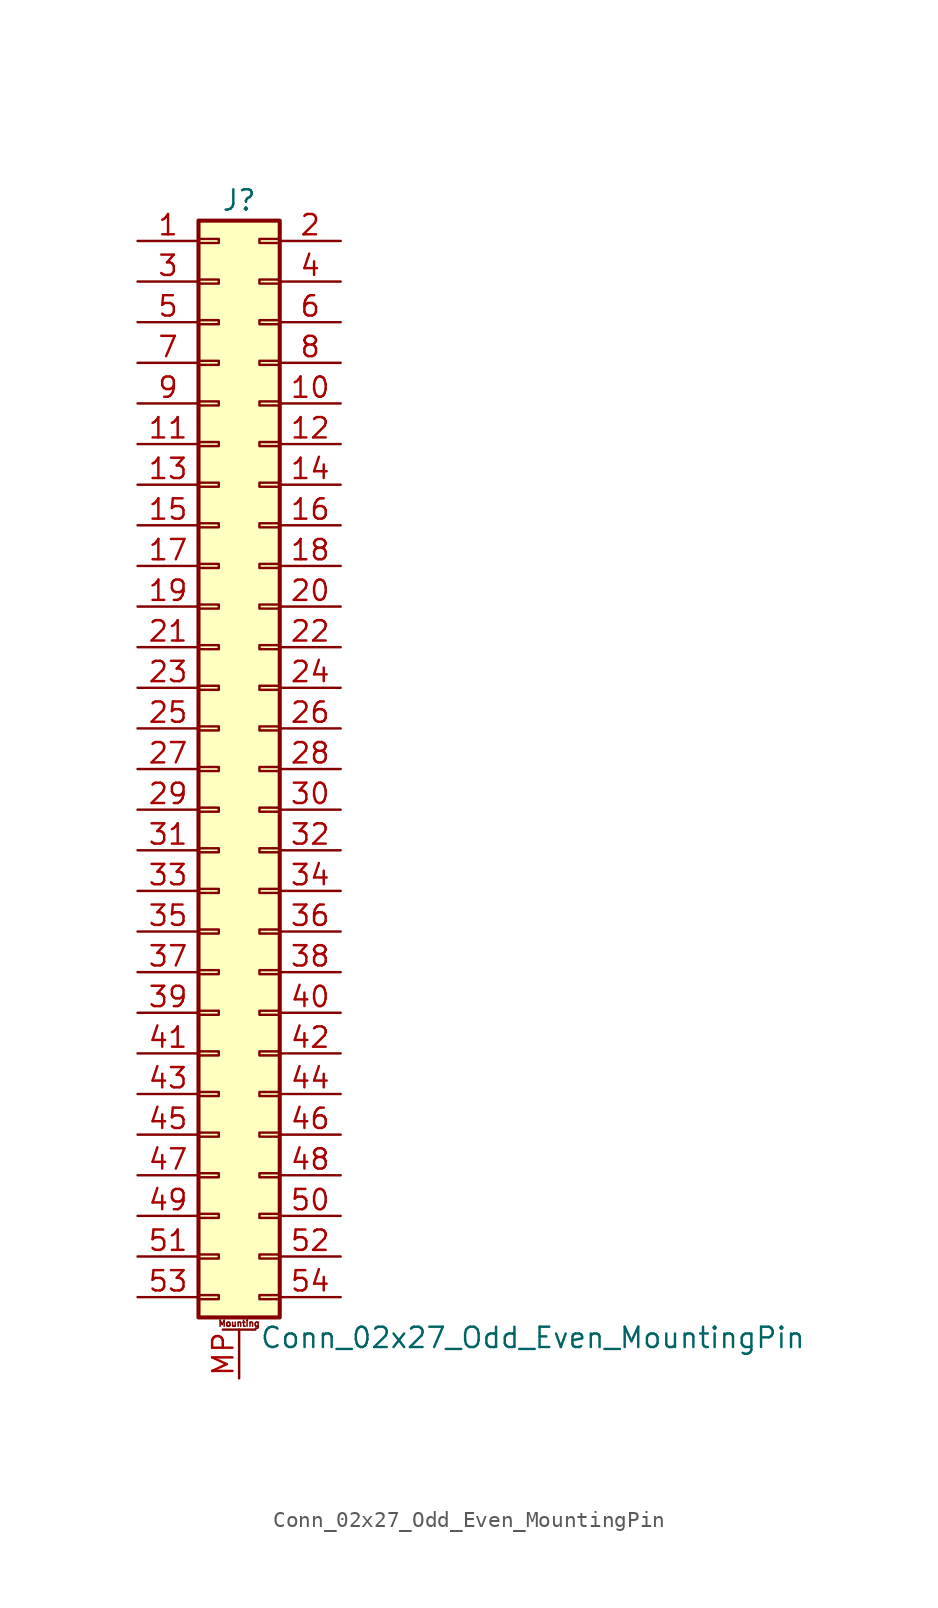
<source format=kicad_sym>
(kicad_symbol_lib
  (version 20201005)
  (generator kicad_symbol_editor)
  (symbol "Conn_02x27_Odd_Even_MountingPin"
    (pin_names
      (offset 1.016) hide)
    (property "Reference" "J"
      (at 1.27 35.56 0)
      (effects (font (size 1.27 1.27))))
    (property "Value" "Conn_02x27_Odd_Even_MountingPin"
      (at 2.54 -35.56 0)
      (effects (font (size 1.27 1.27)) (justify left)))
    (symbol "Conn_02x27_Odd_Even_MountingPin_1_1"
      (text "Mounting" (at 1.27 -34.671 0) (effects (font (size 0.381 0.381))))
      (rectangle (start -1.27 -32.893) (end 0 -33.147) (stroke (width 0.152)) (fill (type none)))
      (rectangle (start -1.27 -30.353) (end 0 -30.607) (stroke (width 0.152)) (fill (type none)))
      (rectangle (start -1.27 -27.813) (end 0 -28.067) (stroke (width 0.152)) (fill (type none)))
      (rectangle (start -1.27 -25.273) (end 0 -25.527) (stroke (width 0.152)) (fill (type none)))
      (rectangle (start -1.27 -22.733) (end 0 -22.987) (stroke (width 0.152)) (fill (type none)))
      (rectangle (start -1.27 -20.193) (end 0 -20.447) (stroke (width 0.152)) (fill (type none)))
      (rectangle (start -1.27 -17.653) (end 0 -17.907) (stroke (width 0.152)) (fill (type none)))
      (rectangle (start -1.27 -15.113) (end 0 -15.367) (stroke (width 0.152)) (fill (type none)))
      (rectangle (start -1.27 -12.573) (end 0 -12.827) (stroke (width 0.152)) (fill (type none)))
      (rectangle (start -1.27 -10.033) (end 0 -10.287) (stroke (width 0.152)) (fill (type none)))
      (rectangle (start -1.27 -7.493) (end 0 -7.747) (stroke (width 0.152)) (fill (type none)))
      (rectangle (start -1.27 -4.953) (end 0 -5.207) (stroke (width 0.152)) (fill (type none)))
      (rectangle (start -1.27 -2.413) (end 0 -2.667) (stroke (width 0.152)) (fill (type none)))
      (rectangle (start -1.27 0.127) (end 0 -0.127) (stroke (width 0.152)) (fill (type none)))
      (rectangle (start -1.27 2.667) (end 0 2.413) (stroke (width 0.152)) (fill (type none)))
      (rectangle (start -1.27 5.207) (end 0 4.953) (stroke (width 0.152)) (fill (type none)))
      (rectangle (start -1.27 7.747) (end 0 7.493) (stroke (width 0.152)) (fill (type none)))
      (rectangle (start -1.27 10.287) (end 0 10.033) (stroke (width 0.152)) (fill (type none)))
      (rectangle (start -1.27 12.827) (end 0 12.573) (stroke (width 0.152)) (fill (type none)))
      (rectangle (start -1.27 15.367) (end 0 15.113) (stroke (width 0.152)) (fill (type none)))
      (rectangle (start -1.27 17.907) (end 0 17.653) (stroke (width 0.152)) (fill (type none)))
      (rectangle (start -1.27 20.447) (end 0 20.193) (stroke (width 0.152)) (fill (type none)))
      (rectangle (start -1.27 22.987) (end 0 22.733) (stroke (width 0.152)) (fill (type none)))
      (rectangle (start -1.27 25.527) (end 0 25.273) (stroke (width 0.152)) (fill (type none)))
      (rectangle (start -1.27 28.067) (end 0 27.813) (stroke (width 0.152)) (fill (type none)))
      (rectangle (start -1.27 30.607) (end 0 30.353) (stroke (width 0.152)) (fill (type none)))
      (rectangle (start -1.27 33.147) (end 0 32.893) (stroke (width 0.152)) (fill (type none)))
      (rectangle (start 3.81 -32.893) (end 2.54 -33.147) (stroke (width 0.152)) (fill (type none)))
      (rectangle (start 3.81 -30.353) (end 2.54 -30.607) (stroke (width 0.152)) (fill (type none)))
      (rectangle (start 3.81 -27.813) (end 2.54 -28.067) (stroke (width 0.152)) (fill (type none)))
      (rectangle (start 3.81 -25.273) (end 2.54 -25.527) (stroke (width 0.152)) (fill (type none)))
      (rectangle (start 3.81 -22.733) (end 2.54 -22.987) (stroke (width 0.152)) (fill (type none)))
      (rectangle (start 3.81 -20.193) (end 2.54 -20.447) (stroke (width 0.152)) (fill (type none)))
      (rectangle (start 3.81 -17.653) (end 2.54 -17.907) (stroke (width 0.152)) (fill (type none)))
      (rectangle (start 3.81 -15.113) (end 2.54 -15.367) (stroke (width 0.152)) (fill (type none)))
      (rectangle (start 3.81 -12.573) (end 2.54 -12.827) (stroke (width 0.152)) (fill (type none)))
      (rectangle (start 3.81 -10.033) (end 2.54 -10.287) (stroke (width 0.152)) (fill (type none)))
      (rectangle (start 3.81 -7.493) (end 2.54 -7.747) (stroke (width 0.152)) (fill (type none)))
      (rectangle (start 3.81 -4.953) (end 2.54 -5.207) (stroke (width 0.152)) (fill (type none)))
      (rectangle (start 3.81 -2.413) (end 2.54 -2.667) (stroke (width 0.152)) (fill (type none)))
      (rectangle (start 3.81 0.127) (end 2.54 -0.127) (stroke (width 0.152)) (fill (type none)))
      (rectangle (start 3.81 2.667) (end 2.54 2.413) (stroke (width 0.152)) (fill (type none)))
      (rectangle (start 3.81 5.207) (end 2.54 4.953) (stroke (width 0.152)) (fill (type none)))
      (rectangle (start 3.81 7.747) (end 2.54 7.493) (stroke (width 0.152)) (fill (type none)))
      (rectangle (start 3.81 10.287) (end 2.54 10.033) (stroke (width 0.152)) (fill (type none)))
      (rectangle (start 3.81 12.827) (end 2.54 12.573) (stroke (width 0.152)) (fill (type none)))
      (rectangle (start 3.81 15.367) (end 2.54 15.113) (stroke (width 0.152)) (fill (type none)))
      (rectangle (start 3.81 17.907) (end 2.54 17.653) (stroke (width 0.152)) (fill (type none)))
      (rectangle (start 3.81 20.447) (end 2.54 20.193) (stroke (width 0.152)) (fill (type none)))
      (rectangle (start 3.81 22.987) (end 2.54 22.733) (stroke (width 0.152)) (fill (type none)))
      (rectangle (start 3.81 25.527) (end 2.54 25.273) (stroke (width 0.152)) (fill (type none)))
      (rectangle (start 3.81 28.067) (end 2.54 27.813) (stroke (width 0.152)) (fill (type none)))
      (rectangle (start 3.81 30.607) (end 2.54 30.353) (stroke (width 0.152)) (fill (type none)))
      (rectangle (start 3.81 33.147) (end 2.54 32.893) (stroke (width 0.152)) (fill (type none)))
      (rectangle (start -1.27 34.29) (end 3.81 -34.29) (stroke (width 0.254)) (fill (type background)))
      (polyline (pts (xy 0.254 -35.052) (xy 2.286 -35.052)) (stroke (width 0.152)) (fill (type none)))
      (pin passive line (at -5.08 33.02 0) (length 3.81) (name "Pin_1" (effects (font (size 1.27 1.27)))) (number "1" (effects (font (size 1.27 1.27)))))
      (pin passive line (at 7.62 22.86 180) (length 3.81) (name "Pin_10" (effects (font (size 1.27 1.27)))) (number "10" (effects (font (size 1.27 1.27)))))
      (pin passive line (at -5.08 20.32 0) (length 3.81) (name "Pin_11" (effects (font (size 1.27 1.27)))) (number "11" (effects (font (size 1.27 1.27)))))
      (pin passive line (at 7.62 20.32 180) (length 3.81) (name "Pin_12" (effects (font (size 1.27 1.27)))) (number "12" (effects (font (size 1.27 1.27)))))
      (pin passive line (at -5.08 17.78 0) (length 3.81) (name "Pin_13" (effects (font (size 1.27 1.27)))) (number "13" (effects (font (size 1.27 1.27)))))
      (pin passive line (at 7.62 17.78 180) (length 3.81) (name "Pin_14" (effects (font (size 1.27 1.27)))) (number "14" (effects (font (size 1.27 1.27)))))
      (pin passive line (at -5.08 15.24 0) (length 3.81) (name "Pin_15" (effects (font (size 1.27 1.27)))) (number "15" (effects (font (size 1.27 1.27)))))
      (pin passive line (at 7.62 15.24 180) (length 3.81) (name "Pin_16" (effects (font (size 1.27 1.27)))) (number "16" (effects (font (size 1.27 1.27)))))
      (pin passive line (at -5.08 12.7 0) (length 3.81) (name "Pin_17" (effects (font (size 1.27 1.27)))) (number "17" (effects (font (size 1.27 1.27)))))
      (pin passive line (at 7.62 12.7 180) (length 3.81) (name "Pin_18" (effects (font (size 1.27 1.27)))) (number "18" (effects (font (size 1.27 1.27)))))
      (pin passive line (at -5.08 10.16 0) (length 3.81) (name "Pin_19" (effects (font (size 1.27 1.27)))) (number "19" (effects (font (size 1.27 1.27)))))
      (pin passive line (at 7.62 33.02 180) (length 3.81) (name "Pin_2" (effects (font (size 1.27 1.27)))) (number "2" (effects (font (size 1.27 1.27)))))
      (pin passive line (at 7.62 10.16 180) (length 3.81) (name "Pin_20" (effects (font (size 1.27 1.27)))) (number "20" (effects (font (size 1.27 1.27)))))
      (pin passive line (at -5.08 7.62 0) (length 3.81) (name "Pin_21" (effects (font (size 1.27 1.27)))) (number "21" (effects (font (size 1.27 1.27)))))
      (pin passive line (at 7.62 7.62 180) (length 3.81) (name "Pin_22" (effects (font (size 1.27 1.27)))) (number "22" (effects (font (size 1.27 1.27)))))
      (pin passive line (at -5.08 5.08 0) (length 3.81) (name "Pin_23" (effects (font (size 1.27 1.27)))) (number "23" (effects (font (size 1.27 1.27)))))
      (pin passive line (at 7.62 5.08 180) (length 3.81) (name "Pin_24" (effects (font (size 1.27 1.27)))) (number "24" (effects (font (size 1.27 1.27)))))
      (pin passive line (at -5.08 2.54 0) (length 3.81) (name "Pin_25" (effects (font (size 1.27 1.27)))) (number "25" (effects (font (size 1.27 1.27)))))
      (pin passive line (at 7.62 2.54 180) (length 3.81) (name "Pin_26" (effects (font (size 1.27 1.27)))) (number "26" (effects (font (size 1.27 1.27)))))
      (pin passive line (at -5.08 0 0) (length 3.81) (name "Pin_27" (effects (font (size 1.27 1.27)))) (number "27" (effects (font (size 1.27 1.27)))))
      (pin passive line (at 7.62 0 180) (length 3.81) (name "Pin_28" (effects (font (size 1.27 1.27)))) (number "28" (effects (font (size 1.27 1.27)))))
      (pin passive line (at -5.08 -2.54 0) (length 3.81) (name "Pin_29" (effects (font (size 1.27 1.27)))) (number "29" (effects (font (size 1.27 1.27)))))
      (pin passive line (at -5.08 30.48 0) (length 3.81) (name "Pin_3" (effects (font (size 1.27 1.27)))) (number "3" (effects (font (size 1.27 1.27)))))
      (pin passive line (at 7.62 -2.54 180) (length 3.81) (name "Pin_30" (effects (font (size 1.27 1.27)))) (number "30" (effects (font (size 1.27 1.27)))))
      (pin passive line (at -5.08 -5.08 0) (length 3.81) (name "Pin_31" (effects (font (size 1.27 1.27)))) (number "31" (effects (font (size 1.27 1.27)))))
      (pin passive line (at 7.62 -5.08 180) (length 3.81) (name "Pin_32" (effects (font (size 1.27 1.27)))) (number "32" (effects (font (size 1.27 1.27)))))
      (pin passive line (at -5.08 -7.62 0) (length 3.81) (name "Pin_33" (effects (font (size 1.27 1.27)))) (number "33" (effects (font (size 1.27 1.27)))))
      (pin passive line (at 7.62 -7.62 180) (length 3.81) (name "Pin_34" (effects (font (size 1.27 1.27)))) (number "34" (effects (font (size 1.27 1.27)))))
      (pin passive line (at -5.08 -10.16 0) (length 3.81) (name "Pin_35" (effects (font (size 1.27 1.27)))) (number "35" (effects (font (size 1.27 1.27)))))
      (pin passive line (at 7.62 -10.16 180) (length 3.81) (name "Pin_36" (effects (font (size 1.27 1.27)))) (number "36" (effects (font (size 1.27 1.27)))))
      (pin passive line (at -5.08 -12.7 0) (length 3.81) (name "Pin_37" (effects (font (size 1.27 1.27)))) (number "37" (effects (font (size 1.27 1.27)))))
      (pin passive line (at 7.62 -12.7 180) (length 3.81) (name "Pin_38" (effects (font (size 1.27 1.27)))) (number "38" (effects (font (size 1.27 1.27)))))
      (pin passive line (at -5.08 -15.24 0) (length 3.81) (name "Pin_39" (effects (font (size 1.27 1.27)))) (number "39" (effects (font (size 1.27 1.27)))))
      (pin passive line (at 7.62 30.48 180) (length 3.81) (name "Pin_4" (effects (font (size 1.27 1.27)))) (number "4" (effects (font (size 1.27 1.27)))))
      (pin passive line (at 7.62 -15.24 180) (length 3.81) (name "Pin_40" (effects (font (size 1.27 1.27)))) (number "40" (effects (font (size 1.27 1.27)))))
      (pin passive line (at -5.08 -17.78 0) (length 3.81) (name "Pin_41" (effects (font (size 1.27 1.27)))) (number "41" (effects (font (size 1.27 1.27)))))
      (pin passive line (at 7.62 -17.78 180) (length 3.81) (name "Pin_42" (effects (font (size 1.27 1.27)))) (number "42" (effects (font (size 1.27 1.27)))))
      (pin passive line (at -5.08 -20.32 0) (length 3.81) (name "Pin_43" (effects (font (size 1.27 1.27)))) (number "43" (effects (font (size 1.27 1.27)))))
      (pin passive line (at 7.62 -20.32 180) (length 3.81) (name "Pin_44" (effects (font (size 1.27 1.27)))) (number "44" (effects (font (size 1.27 1.27)))))
      (pin passive line (at -5.08 -22.86 0) (length 3.81) (name "Pin_45" (effects (font (size 1.27 1.27)))) (number "45" (effects (font (size 1.27 1.27)))))
      (pin passive line (at 7.62 -22.86 180) (length 3.81) (name "Pin_46" (effects (font (size 1.27 1.27)))) (number "46" (effects (font (size 1.27 1.27)))))
      (pin passive line (at -5.08 -25.4 0) (length 3.81) (name "Pin_47" (effects (font (size 1.27 1.27)))) (number "47" (effects (font (size 1.27 1.27)))))
      (pin passive line (at 7.62 -25.4 180) (length 3.81) (name "Pin_48" (effects (font (size 1.27 1.27)))) (number "48" (effects (font (size 1.27 1.27)))))
      (pin passive line (at -5.08 -27.94 0) (length 3.81) (name "Pin_49" (effects (font (size 1.27 1.27)))) (number "49" (effects (font (size 1.27 1.27)))))
      (pin passive line (at -5.08 27.94 0) (length 3.81) (name "Pin_5" (effects (font (size 1.27 1.27)))) (number "5" (effects (font (size 1.27 1.27)))))
      (pin passive line (at 7.62 -27.94 180) (length 3.81) (name "Pin_50" (effects (font (size 1.27 1.27)))) (number "50" (effects (font (size 1.27 1.27)))))
      (pin passive line (at -5.08 -30.48 0) (length 3.81) (name "Pin_51" (effects (font (size 1.27 1.27)))) (number "51" (effects (font (size 1.27 1.27)))))
      (pin passive line (at 7.62 -30.48 180) (length 3.81) (name "Pin_52" (effects (font (size 1.27 1.27)))) (number "52" (effects (font (size 1.27 1.27)))))
      (pin passive line (at -5.08 -33.02 0) (length 3.81) (name "Pin_53" (effects (font (size 1.27 1.27)))) (number "53" (effects (font (size 1.27 1.27)))))
      (pin passive line (at 7.62 -33.02 180) (length 3.81) (name "Pin_54" (effects (font (size 1.27 1.27)))) (number "54" (effects (font (size 1.27 1.27)))))
      (pin passive line (at 7.62 27.94 180) (length 3.81) (name "Pin_6" (effects (font (size 1.27 1.27)))) (number "6" (effects (font (size 1.27 1.27)))))
      (pin passive line (at -5.08 25.4 0) (length 3.81) (name "Pin_7" (effects (font (size 1.27 1.27)))) (number "7" (effects (font (size 1.27 1.27)))))
      (pin passive line (at 7.62 25.4 180) (length 3.81) (name "Pin_8" (effects (font (size 1.27 1.27)))) (number "8" (effects (font (size 1.27 1.27)))))
      (pin passive line (at -5.08 22.86 0) (length 3.81) (name "Pin_9" (effects (font (size 1.27 1.27)))) (number "9" (effects (font (size 1.27 1.27)))))
      (pin passive line (at 1.27 -38.1 90) (length 3.048) (name "MountPin" (effects (font (size 1.27 1.27)))) (number "MP" (effects (font (size 1.27 1.27))))))))
</source>
